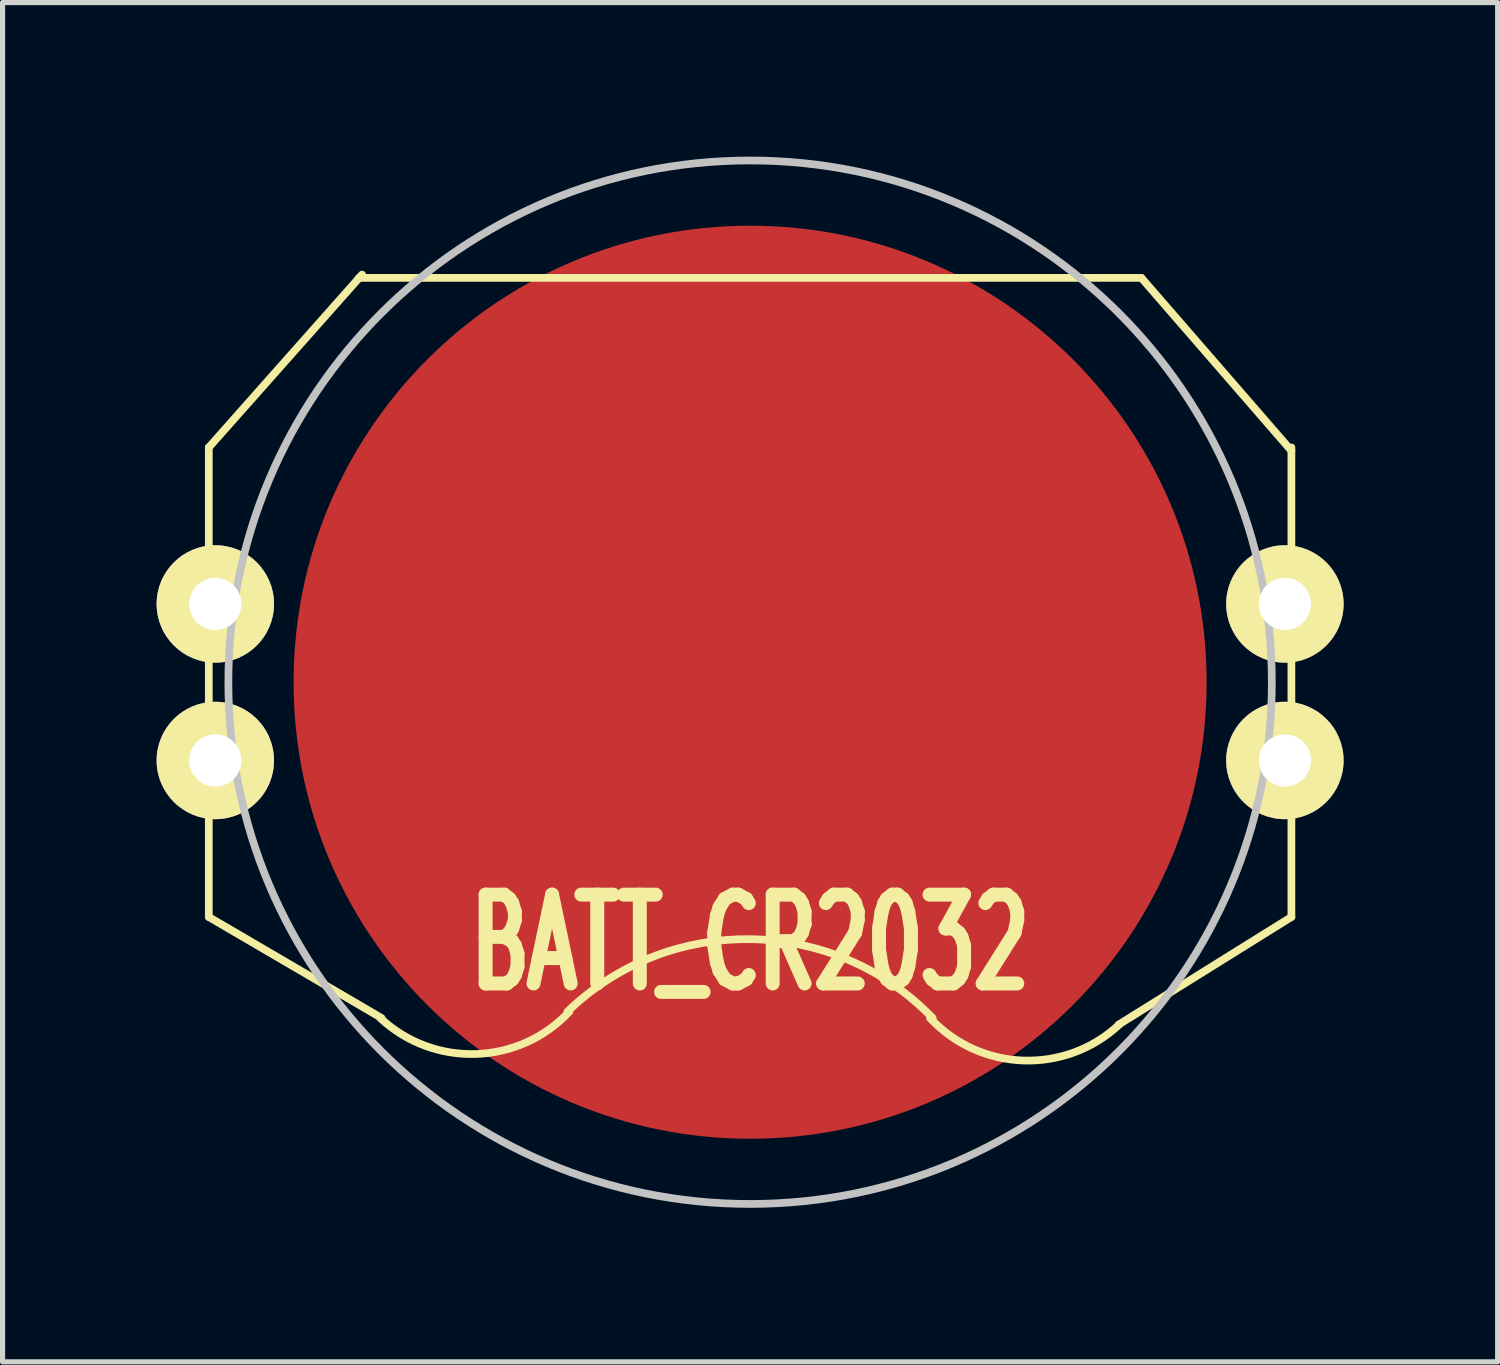
<source format=kicad_pcb>
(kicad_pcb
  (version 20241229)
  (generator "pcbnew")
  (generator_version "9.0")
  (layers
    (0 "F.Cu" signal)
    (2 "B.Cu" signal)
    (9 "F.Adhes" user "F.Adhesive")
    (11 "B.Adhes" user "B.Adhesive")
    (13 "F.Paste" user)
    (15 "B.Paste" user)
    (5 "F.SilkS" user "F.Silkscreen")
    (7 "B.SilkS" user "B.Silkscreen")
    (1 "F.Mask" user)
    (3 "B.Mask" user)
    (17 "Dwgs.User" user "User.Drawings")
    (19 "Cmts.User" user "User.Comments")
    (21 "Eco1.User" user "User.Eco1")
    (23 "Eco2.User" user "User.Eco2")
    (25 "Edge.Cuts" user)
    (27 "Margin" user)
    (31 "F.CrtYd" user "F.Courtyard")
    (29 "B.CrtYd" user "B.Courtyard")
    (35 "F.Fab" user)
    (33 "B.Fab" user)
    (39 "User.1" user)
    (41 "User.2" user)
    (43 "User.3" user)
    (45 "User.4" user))
  (footprint "BATT_CR2032"
    (layer "F.Cu")
    (at 11.557 10.235)
    (property "Reference" "BATT_CR2032" (at 0 5.08 0) (layer "F.SilkS") (effects (font (size 1.73 1.087) (thickness 0.272))))
    (attr through_hole)
    (fp_line (start -10.541 -4.572) (end -7.556 -7.938) (stroke (width 0.15) (type solid)) (layer "F.SilkS"))
    (fp_line (start -10.541 4.572) (end -10.541 -4.572) (stroke (width 0.15) (type solid)) (layer "F.SilkS"))
    (fp_line (start -7.62 -7.874) (end 7.62 -7.874) (stroke (width 0.15) (type solid)) (layer "F.SilkS"))
    (fp_line (start -7.176 6.54) (end -10.541 4.572) (stroke (width 0.15) (type solid)) (layer "F.SilkS"))
    (fp_line (start 7.176 6.668) (end 10.541 4.572) (stroke (width 0.15) (type solid)) (layer "F.SilkS"))
    (fp_line (start 7.62 -7.874) (end 10.541 -4.508) (stroke (width 0.15) (type solid)) (layer "F.SilkS"))
    (fp_line (start 10.541 4.572) (end 10.541 -4.572) (stroke (width 0.15) (type solid)) (layer "F.SilkS"))
    (fp_arc (start -3.556 6.4135) (mid 0.026303 5.004057) (end 3.556 6.5405) (stroke (width 0.15) (type solid)) (layer "F.SilkS"))
    (fp_arc (start -3.5179 6.4135) (mid -5.333097 7.239774) (end -7.2009 6.5405) (stroke (width 0.15) (type solid)) (layer "F.SilkS"))
    (fp_arc (start 7.1882 6.6675) (mid 5.320397 7.366774) (end 3.5052 6.5405) (stroke (width 0.15) (type solid)) (layer "F.SilkS"))
    (fp_circle (center 0 0) (end -10.16 0) (stroke (width 0.15) (type solid)) (fill no) (layer "Dwgs.User"))
    (pad "1" thru_hole circle (at -10.414 -1.524) (size 2.286 2.286) (drill 1.016) (layers "*.Cu" "*.Mask" "F.SilkS"))
    (pad "1" thru_hole circle (at -10.414 1.524) (size 2.286 2.286) (drill 1.016) (layers "*.Cu" "*.Mask" "F.SilkS"))
    (pad "1" thru_hole circle (at 10.414 -1.524) (size 2.286 2.286) (drill 1.016) (layers "*.Cu" "*.Mask" "F.SilkS"))
    (pad "1" thru_hole circle (at 10.414 1.524) (size 2.286 2.286) (drill 1.016) (layers "*.Cu" "*.Mask" "F.SilkS"))
    (pad "2" smd circle (at 0 0) (size 17.78 17.78) (layers "F.Cu" "F.Mask" "F.Paste")))
  (gr_rect
    (start -3 -3)
    (end 26.114 23.47)
    (stroke (width 0.1) (type default))
    (fill no)
    (layer "Edge.Cuts")))
</source>
